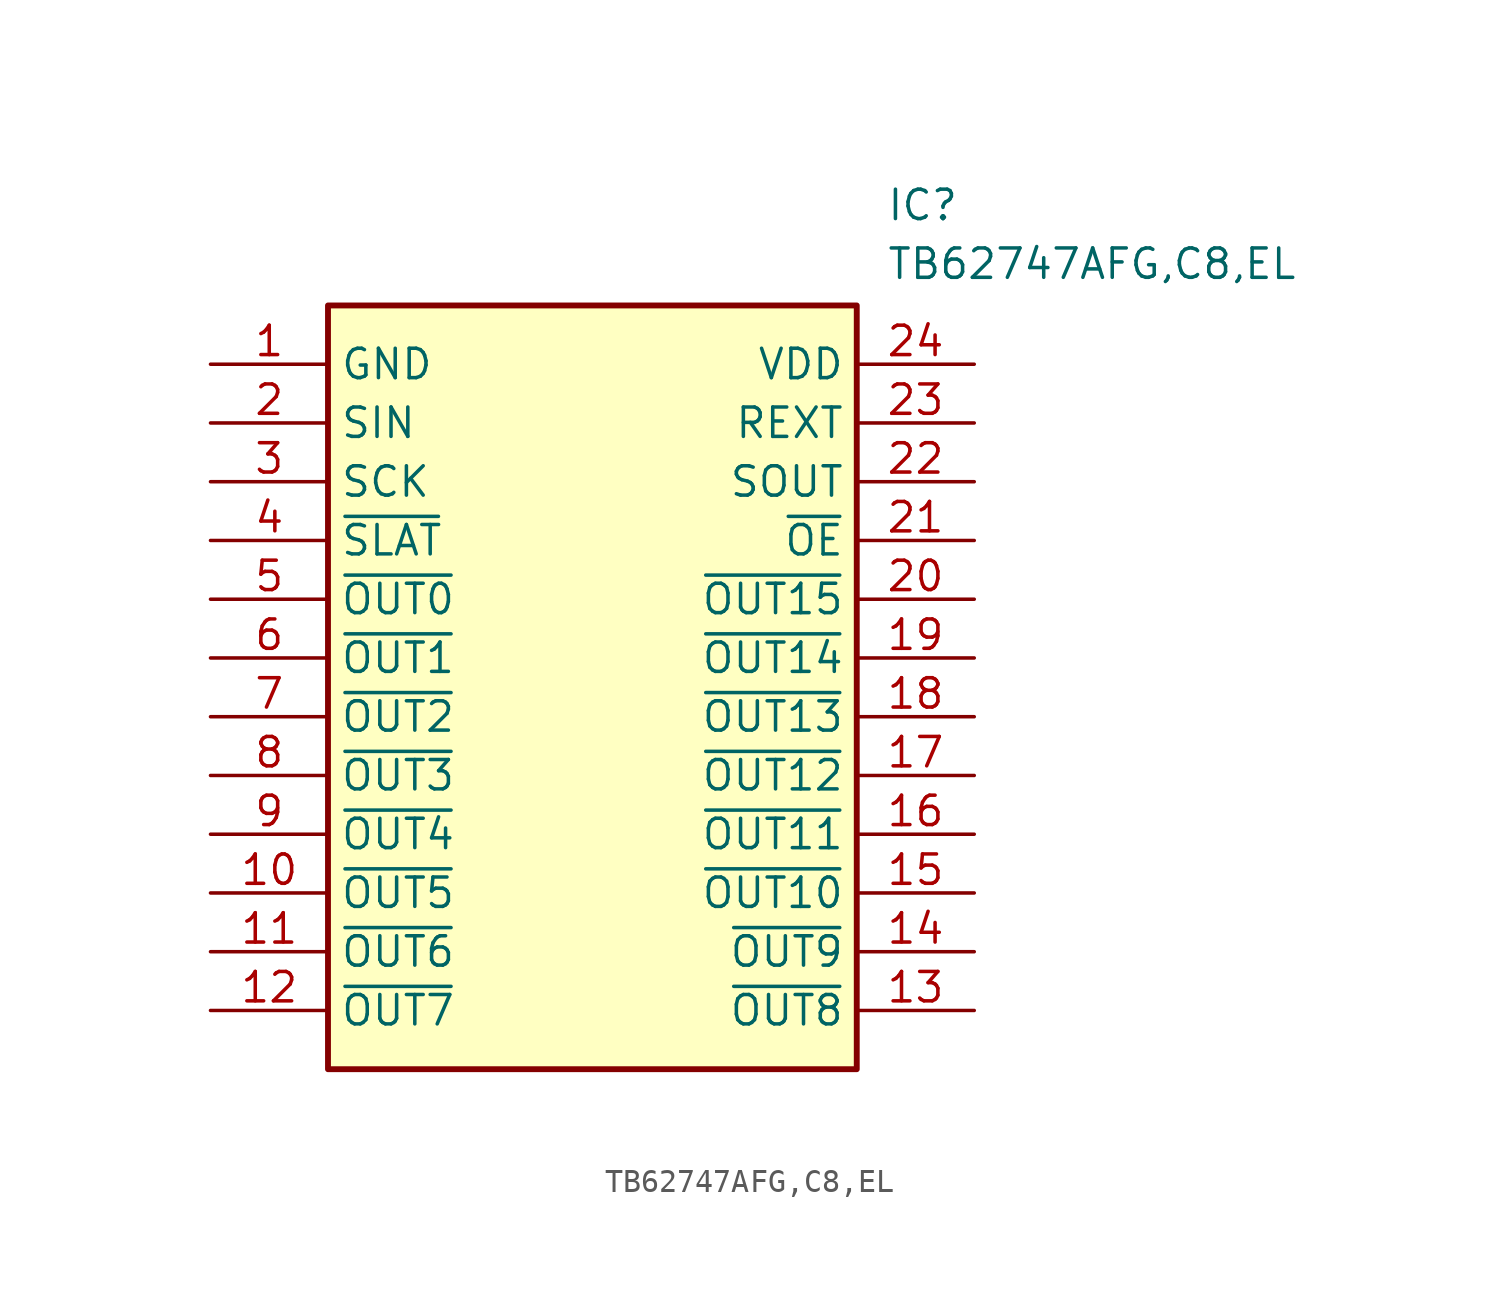
<source format=kicad_sym>
(kicad_symbol_lib
  (version 20211014)
  (generator SamacSys_ECAD_Model)
  (symbol "TB62747AFG,C8,EL"
    (property "Reference" "IC"
      (at 29.21 7.62 0)
      (effects (font (size 1.27 1.27)) (justify left top)))
    (property "Value" "TB62747AFG,C8,EL"
      (at 29.21 5.08 0)
      (effects (font (size 1.27 1.27)) (justify left top)))
    (rectangle
      (start 5.08 2.54)
      (end 27.94 -30.48)
      (stroke (width 0.254) (type default))
      (fill (type background)))
    (pin passive line
      (at 0 0 0)
      (length 5.08)
      (name "GND" (effects (font (size 1.27 1.27))))
      (number "1" (effects (font (size 1.27 1.27)))))
    (pin passive line
      (at 0 -2.54 0)
      (length 5.08)
      (name "SIN" (effects (font (size 1.27 1.27))))
      (number "2" (effects (font (size 1.27 1.27)))))
    (pin passive line
      (at 0 -5.08 0)
      (length 5.08)
      (name "SCK" (effects (font (size 1.27 1.27))))
      (number "3" (effects (font (size 1.27 1.27)))))
    (pin passive line
      (at 0 -7.62 0)
      (length 5.08)
      (name "~{SLAT}" (effects (font (size 1.27 1.27))))
      (number "4" (effects (font (size 1.27 1.27)))))
    (pin passive line
      (at 0 -10.16 0)
      (length 5.08)
      (name "~{OUT0}" (effects (font (size 1.27 1.27))))
      (number "5" (effects (font (size 1.27 1.27)))))
    (pin passive line
      (at 0 -12.7 0)
      (length 5.08)
      (name "~{OUT1}" (effects (font (size 1.27 1.27))))
      (number "6" (effects (font (size 1.27 1.27)))))
    (pin passive line
      (at 0 -15.24 0)
      (length 5.08)
      (name "~{OUT2}" (effects (font (size 1.27 1.27))))
      (number "7" (effects (font (size 1.27 1.27)))))
    (pin passive line
      (at 0 -17.78 0)
      (length 5.08)
      (name "~{OUT3}" (effects (font (size 1.27 1.27))))
      (number "8" (effects (font (size 1.27 1.27)))))
    (pin passive line
      (at 0 -20.32 0)
      (length 5.08)
      (name "~{OUT4}" (effects (font (size 1.27 1.27))))
      (number "9" (effects (font (size 1.27 1.27)))))
    (pin passive line
      (at 0 -22.86 0)
      (length 5.08)
      (name "~{OUT5}" (effects (font (size 1.27 1.27))))
      (number "10" (effects (font (size 1.27 1.27)))))
    (pin passive line
      (at 0 -25.4 0)
      (length 5.08)
      (name "~{OUT6}" (effects (font (size 1.27 1.27))))
      (number "11" (effects (font (size 1.27 1.27)))))
    (pin passive line
      (at 0 -27.94 0)
      (length 5.08)
      (name "~{OUT7}" (effects (font (size 1.27 1.27))))
      (number "12" (effects (font (size 1.27 1.27)))))
    (pin passive line
      (at 33.02 0 180)
      (length 5.08)
      (name "VDD" (effects (font (size 1.27 1.27))))
      (number "24" (effects (font (size 1.27 1.27)))))
    (pin passive line
      (at 33.02 -2.54 180)
      (length 5.08)
      (name "REXT" (effects (font (size 1.27 1.27))))
      (number "23" (effects (font (size 1.27 1.27)))))
    (pin passive line
      (at 33.02 -5.08 180)
      (length 5.08)
      (name "SOUT" (effects (font (size 1.27 1.27))))
      (number "22" (effects (font (size 1.27 1.27)))))
    (pin passive line
      (at 33.02 -7.62 180)
      (length 5.08)
      (name "~{OE}" (effects (font (size 1.27 1.27))))
      (number "21" (effects (font (size 1.27 1.27)))))
    (pin passive line
      (at 33.02 -10.16 180)
      (length 5.08)
      (name "~{OUT15}" (effects (font (size 1.27 1.27))))
      (number "20" (effects (font (size 1.27 1.27)))))
    (pin passive line
      (at 33.02 -12.7 180)
      (length 5.08)
      (name "~{OUT14}" (effects (font (size 1.27 1.27))))
      (number "19" (effects (font (size 1.27 1.27)))))
    (pin passive line
      (at 33.02 -15.24 180)
      (length 5.08)
      (name "~{OUT13}" (effects (font (size 1.27 1.27))))
      (number "18" (effects (font (size 1.27 1.27)))))
    (pin passive line
      (at 33.02 -17.78 180)
      (length 5.08)
      (name "~{OUT12}" (effects (font (size 1.27 1.27))))
      (number "17" (effects (font (size 1.27 1.27)))))
    (pin passive line
      (at 33.02 -20.32 180)
      (length 5.08)
      (name "~{OUT11}" (effects (font (size 1.27 1.27))))
      (number "16" (effects (font (size 1.27 1.27)))))
    (pin passive line
      (at 33.02 -22.86 180)
      (length 5.08)
      (name "~{OUT10}" (effects (font (size 1.27 1.27))))
      (number "15" (effects (font (size 1.27 1.27)))))
    (pin passive line
      (at 33.02 -25.4 180)
      (length 5.08)
      (name "~{OUT9}" (effects (font (size 1.27 1.27))))
      (number "14" (effects (font (size 1.27 1.27)))))
    (pin passive line
      (at 33.02 -27.94 180)
      (length 5.08)
      (name "~{OUT8}" (effects (font (size 1.27 1.27))))
      (number "13" (effects (font (size 1.27 1.27)))))))
</source>
